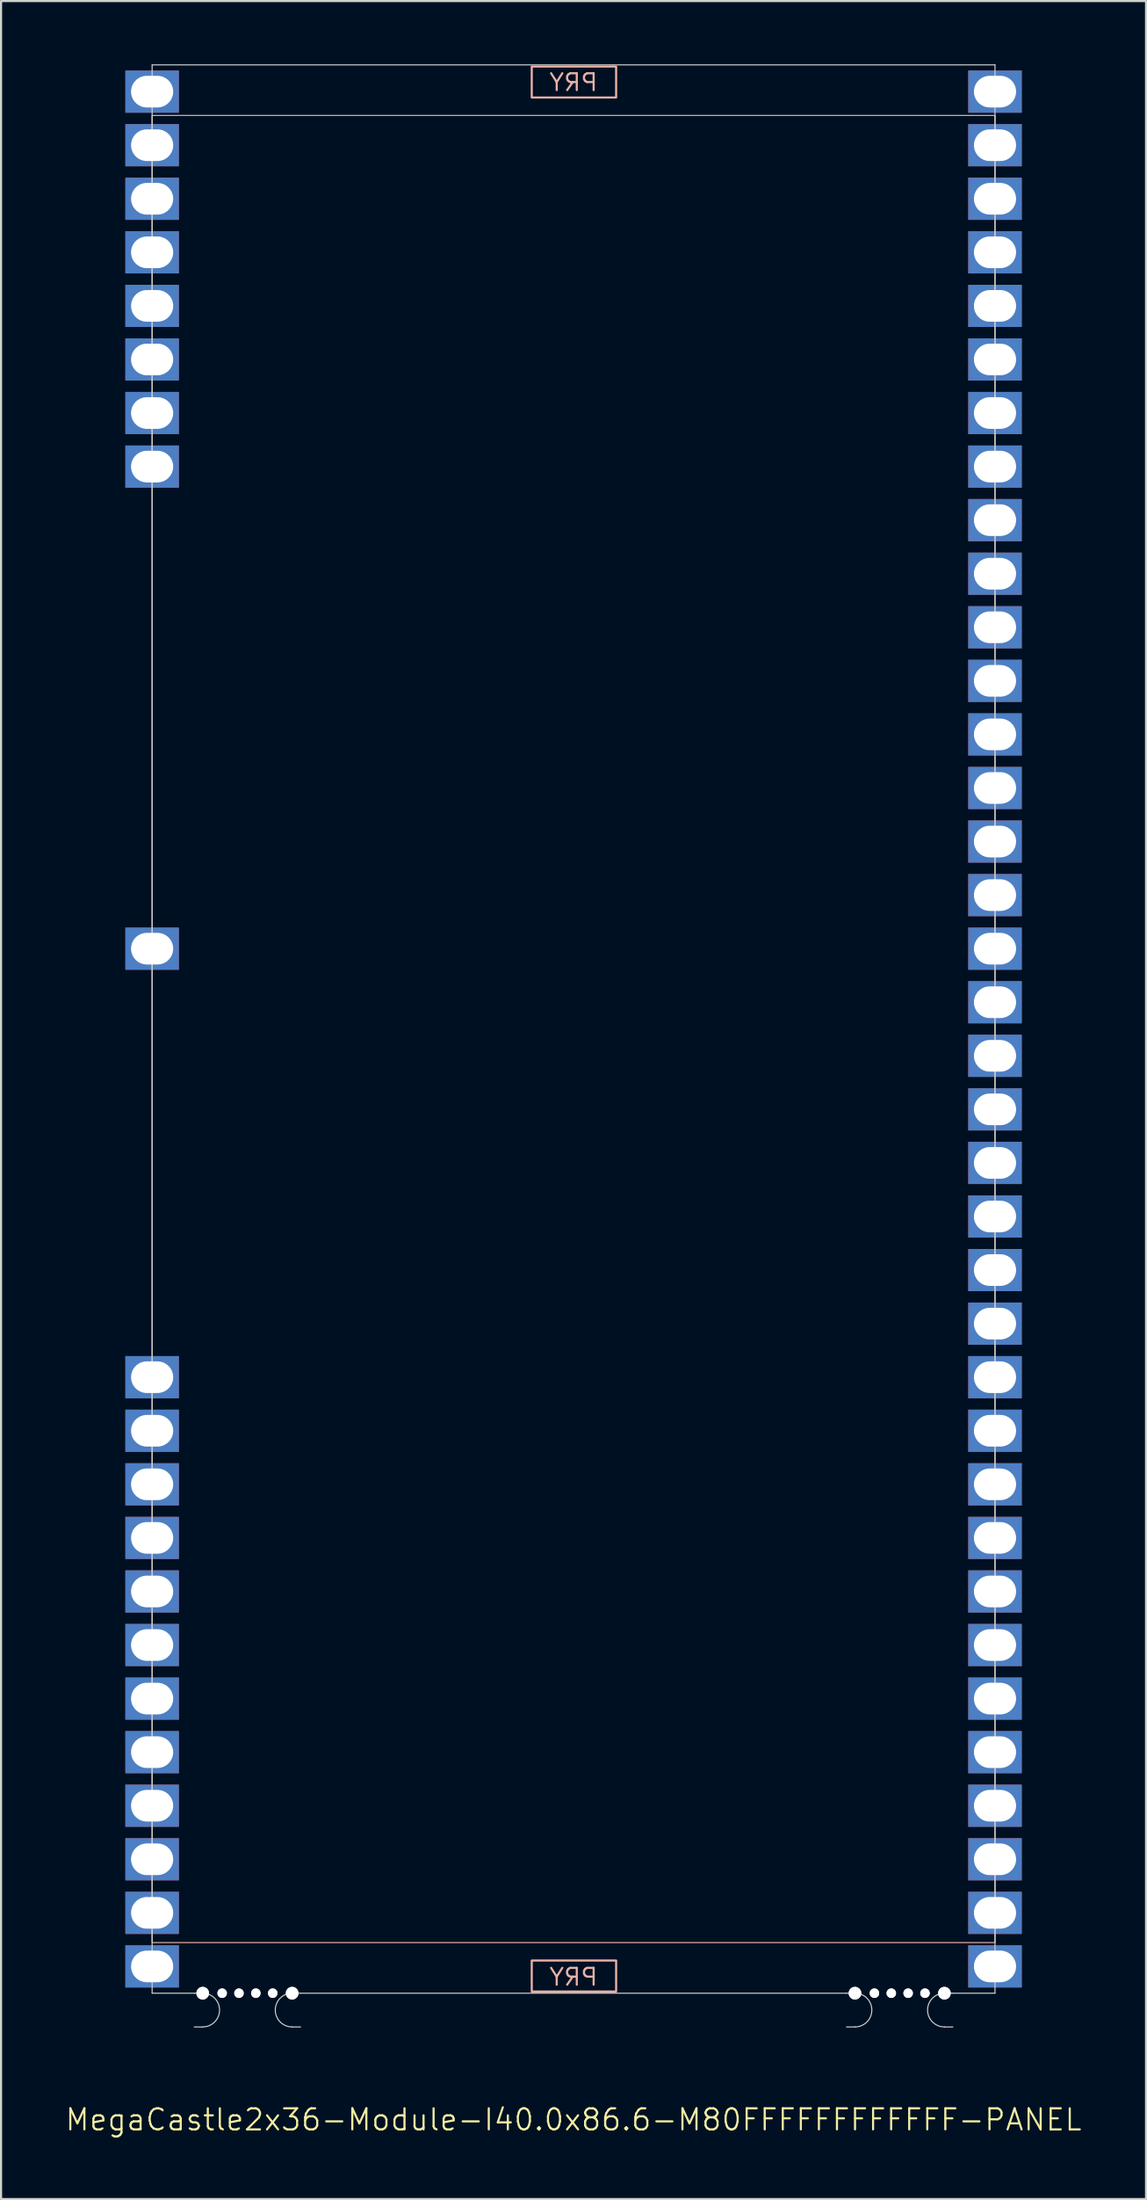
<source format=kicad_pcb>
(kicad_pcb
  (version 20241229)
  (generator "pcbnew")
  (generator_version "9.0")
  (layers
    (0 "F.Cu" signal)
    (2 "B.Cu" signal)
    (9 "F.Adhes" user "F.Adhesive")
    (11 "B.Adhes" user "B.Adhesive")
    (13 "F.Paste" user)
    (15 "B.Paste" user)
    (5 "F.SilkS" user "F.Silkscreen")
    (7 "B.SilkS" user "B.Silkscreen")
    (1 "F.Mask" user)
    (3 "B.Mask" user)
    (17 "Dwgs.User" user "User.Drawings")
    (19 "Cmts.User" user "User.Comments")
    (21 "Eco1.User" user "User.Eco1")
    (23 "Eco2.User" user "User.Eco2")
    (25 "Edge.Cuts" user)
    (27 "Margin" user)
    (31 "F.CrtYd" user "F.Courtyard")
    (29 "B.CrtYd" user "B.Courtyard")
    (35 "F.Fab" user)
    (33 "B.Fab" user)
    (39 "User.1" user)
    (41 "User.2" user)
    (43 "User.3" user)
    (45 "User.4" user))
  (footprint "MegaCastle2x36-Module-I40.0x86.6-M80FFFFFFFFFFFF-PANEL"
    (layer "F.Cu")
    (at 24.169 45.745)
    (property "Reference" "MegaCastle2x36-Module-I40.0x86.6-M80FFFFFFFFFFFF-PANEL" (at 0 51.72 0) (unlocked yes) (layer "F.SilkS") (effects (font (size 1 1) (thickness 0.1))))
    (attr smd)
    (fp_rect (start -20 43.32) (end 20 -43.32) (stroke (width 0.05) (type default)) (fill no) (layer "B.SilkS"))
    (fp_rect (start -1.984 -44.171) (end 2.02 -45.64) (stroke (width 0.1) (type default)) (fill no) (layer "B.SilkS"))
    (fp_rect (start -1.984 44.171) (end 2.02 45.64) (stroke (width 0.1) (type default)) (fill no) (layer "B.SilkS"))
    (fp_line (start -20 -45.72) (end -20 45.72) (stroke (width 0.05) (type default)) (layer "Edge.Cuts"))
    (fp_line (start -20 -45.72) (end 20 -45.72) (stroke (width 0.05) (type default)) (layer "Edge.Cuts"))
    (fp_line (start -20 45.72) (end -18 45.72) (stroke (width 0.05) (type default)) (layer "Edge.Cuts"))
    (fp_line (start -18 45.72) (end -17.6 45.72) (stroke (width 0.05) (type default)) (layer "Edge.Cuts"))
    (fp_line (start -18 47.32) (end -17.6 47.32) (stroke (width 0.05) (type default)) (layer "Edge.Cuts"))
    (fp_line (start -12.955 45.72) (end -13.355 45.72) (stroke (width 0.05) (type default)) (layer "Edge.Cuts"))
    (fp_line (start -12.955 45.72) (end 12.955 45.72) (stroke (width 0.05) (type default)) (layer "Edge.Cuts"))
    (fp_line (start -12.955 47.32) (end -13.355 47.32) (stroke (width 0.05) (type default)) (layer "Edge.Cuts"))
    (fp_line (start 12.955 45.72) (end 13.355 45.72) (stroke (width 0.05) (type default)) (layer "Edge.Cuts"))
    (fp_line (start 12.955 47.32) (end 13.355 47.32) (stroke (width 0.05) (type default)) (layer "Edge.Cuts"))
    (fp_line (start 18 45.72) (end 17.6 45.72) (stroke (width 0.05) (type default)) (layer "Edge.Cuts"))
    (fp_line (start 18 45.72) (end 20 45.72) (stroke (width 0.05) (type default)) (layer "Edge.Cuts"))
    (fp_line (start 18 47.32) (end 17.6 47.32) (stroke (width 0.05) (type default)) (layer "Edge.Cuts"))
    (fp_line (start 20 -45.72) (end 20 45.72) (stroke (width 0.05) (type default)) (layer "Edge.Cuts"))
    (fp_arc (start -17.6 45.720001) (mid -16.799999 46.52) (end -17.6 47.32) (stroke (width 0.05) (type default)) (layer "Edge.Cuts"))
    (fp_arc (start -13.355 47.32) (mid -14.154999 46.520001) (end -13.355 45.720001) (stroke (width 0.05) (type default)) (layer "Edge.Cuts"))
    (fp_arc (start 13.355001 45.720001) (mid 14.155002 46.52) (end 13.355001 47.32) (stroke (width 0.05) (type default)) (layer "Edge.Cuts"))
    (fp_arc (start 17.600002 47.32) (mid 16.8 46.52) (end 17.600002 45.720001) (stroke (width 0.05) (type default)) (layer "Edge.Cuts"))
    (fp_text user "PRY" (at 0 -44.42 0) (unlocked yes) (layer "B.SilkS") (effects (font (size 0.8 0.8) (thickness 0.1)) (justify bottom mirror)))
    (fp_text user "PRY" (at 0 45.42 0) (unlocked yes) (layer "B.SilkS") (effects (font (size 0.8 0.8) (thickness 0.1)) (justify bottom mirror)))
    (pad "" np_thru_hole circle (at -17.6 45.72) (size 0.6 0.6) (drill 0.6) (layers "*.Cu" "Edge.Cuts"))
    (pad "" np_thru_hole circle (at -16.677 45.72) (size 0.45 0.45) (drill 0.45) (layers "*.Cu" "Edge.Cuts"))
    (pad "" np_thru_hole circle (at -15.878 45.72) (size 0.45 0.45) (drill 0.45) (layers "*.Cu" "Edge.Cuts"))
    (pad "" np_thru_hole circle (at -15.078 45.72) (size 0.45 0.45) (drill 0.45) (layers "*.Cu" "Edge.Cuts"))
    (pad "" np_thru_hole circle (at -14.277 45.72) (size 0.45 0.45) (drill 0.45) (layers "*.Cu" "Edge.Cuts"))
    (pad "" np_thru_hole circle (at -13.355 45.72) (size 0.6 0.6) (drill 0.6) (layers "*.Cu" "Edge.Cuts"))
    (pad "" np_thru_hole circle (at 13.355 45.72) (size 0.6 0.6) (drill 0.6) (layers "*.Cu" "Edge.Cuts"))
    (pad "" np_thru_hole circle (at 14.278 45.72) (size 0.45 0.45) (drill 0.45) (layers "*.Cu" "Edge.Cuts"))
    (pad "" np_thru_hole circle (at 15.078 45.72) (size 0.45 0.45) (drill 0.45) (layers "*.Cu" "Edge.Cuts"))
    (pad "" np_thru_hole circle (at 15.878 45.72) (size 0.45 0.45) (drill 0.45) (layers "*.Cu" "Edge.Cuts"))
    (pad "" np_thru_hole circle (at 16.678 45.72) (size 0.45 0.45) (drill 0.45) (layers "*.Cu" "Edge.Cuts"))
    (pad "" np_thru_hole circle (at 17.6 45.72) (size 0.6 0.6) (drill 0.6) (layers "*.Cu" "Edge.Cuts"))
    (pad "1" thru_hole rect (at -20 -44.45) (size 2.54 2) (drill oval 2 1.5) (property pad_prop_castellated) (layers "*.Cu" "*.Mask"))
    (pad "2" thru_hole rect (at -20 -41.91) (size 2.54 2) (drill oval 2 1.5) (property pad_prop_castellated) (layers "*.Cu" "*.Mask"))
    (pad "3" thru_hole rect (at -20 -39.37) (size 2.54 2) (drill oval 2 1.5) (property pad_prop_castellated) (layers "*.Cu" "*.Mask"))
    (pad "4" thru_hole rect (at -20 -36.83) (size 2.54 2) (drill oval 2 1.5) (property pad_prop_castellated) (layers "*.Cu" "*.Mask"))
    (pad "5" thru_hole rect (at -20 -34.29) (size 2.54 2) (drill oval 2 1.5) (property pad_prop_castellated) (layers "*.Cu" "*.Mask"))
    (pad "6" thru_hole rect (at -20 -31.75) (size 2.54 2) (drill oval 2 1.5) (property pad_prop_castellated) (layers "*.Cu" "*.Mask"))
    (pad "7" thru_hole rect (at -20 -29.21) (size 2.54 2) (drill oval 2 1.5) (property pad_prop_castellated) (layers "*.Cu" "*.Mask"))
    (pad "8" thru_hole rect (at -20 -26.67) (size 2.54 2) (drill oval 2 1.5) (property pad_prop_castellated) (layers "*.Cu" "*.Mask"))
    (pad "17" thru_hole rect (at -20 -3.81) (size 2.54 2) (drill oval 2 1.5) (property pad_prop_castellated) (layers "*.Cu" "*.Mask"))
    (pad "25" thru_hole rect (at -20 16.51) (size 2.54 2) (drill oval 2 1.5) (property pad_prop_castellated) (layers "*.Cu" "*.Mask"))
    (pad "26" thru_hole rect (at -20 19.05) (size 2.54 2) (drill oval 2 1.5) (property pad_prop_castellated) (layers "*.Cu" "*.Mask"))
    (pad "27" thru_hole rect (at -20 21.59) (size 2.54 2) (drill oval 2 1.5) (property pad_prop_castellated) (layers "*.Cu" "*.Mask"))
    (pad "28" thru_hole rect (at -20 24.13) (size 2.54 2) (drill oval 2 1.5) (property pad_prop_castellated) (layers "*.Cu" "*.Mask"))
    (pad "29" thru_hole rect (at -20 26.67) (size 2.54 2) (drill oval 2 1.5) (property pad_prop_castellated) (layers "*.Cu" "*.Mask"))
    (pad "30" thru_hole rect (at -20 29.21) (size 2.54 2) (drill oval 2 1.5) (property pad_prop_castellated) (layers "*.Cu" "*.Mask"))
    (pad "31" thru_hole rect (at -20 31.75) (size 2.54 2) (drill oval 2 1.5) (property pad_prop_castellated) (layers "*.Cu" "*.Mask"))
    (pad "32" thru_hole rect (at -20 34.29) (size 2.54 2) (drill oval 2 1.5) (property pad_prop_castellated) (layers "*.Cu" "*.Mask"))
    (pad "33" thru_hole rect (at -20 36.83) (size 2.54 2) (drill oval 2 1.5) (property pad_prop_castellated) (layers "*.Cu" "*.Mask"))
    (pad "34" thru_hole rect (at -20 39.37) (size 2.54 2) (drill oval 2 1.5) (property pad_prop_castellated) (layers "*.Cu" "*.Mask"))
    (pad "35" thru_hole rect (at -20 41.91) (size 2.54 2) (drill oval 2 1.5) (property pad_prop_castellated) (layers "*.Cu" "*.Mask"))
    (pad "36" thru_hole rect (at -20 44.45) (size 2.54 2) (drill oval 2 1.5) (property pad_prop_castellated) (layers "*.Cu" "*.Mask"))
    (pad "37" thru_hole rect (at 20 -44.45) (size 2.54 2) (drill oval 2 1.5) (property pad_prop_castellated) (layers "*.Cu" "*.Mask"))
    (pad "38" thru_hole rect (at 20 -41.91) (size 2.54 2) (drill oval 2 1.5) (property pad_prop_castellated) (layers "*.Cu" "*.Mask"))
    (pad "39" thru_hole rect (at 20 -39.37) (size 2.54 2) (drill oval 2 1.5) (property pad_prop_castellated) (layers "*.Cu" "*.Mask"))
    (pad "40" thru_hole rect (at 20 -36.83) (size 2.54 2) (drill oval 2 1.5) (property pad_prop_castellated) (layers "*.Cu" "*.Mask"))
    (pad "41" thru_hole rect (at 20 -34.29) (size 2.54 2) (drill oval 2 1.5) (property pad_prop_castellated) (layers "*.Cu" "*.Mask"))
    (pad "42" thru_hole rect (at 20 -31.75) (size 2.54 2) (drill oval 2 1.5) (property pad_prop_castellated) (layers "*.Cu" "*.Mask"))
    (pad "43" thru_hole rect (at 20 -29.21) (size 2.54 2) (drill oval 2 1.5) (property pad_prop_castellated) (layers "*.Cu" "*.Mask"))
    (pad "44" thru_hole rect (at 20 -26.67) (size 2.54 2) (drill oval 2 1.5) (property pad_prop_castellated) (layers "*.Cu" "*.Mask"))
    (pad "45" thru_hole rect (at 20 -24.13) (size 2.54 2) (drill oval 2 1.5) (property pad_prop_castellated) (layers "*.Cu" "*.Mask"))
    (pad "46" thru_hole rect (at 20 -21.59) (size 2.54 2) (drill oval 2 1.5) (property pad_prop_castellated) (layers "*.Cu" "*.Mask"))
    (pad "47" thru_hole rect (at 20 -19.05) (size 2.54 2) (drill oval 2 1.5) (property pad_prop_castellated) (layers "*.Cu" "*.Mask"))
    (pad "48" thru_hole rect (at 20 -16.51) (size 2.54 2) (drill oval 2 1.5) (property pad_prop_castellated) (layers "*.Cu" "*.Mask"))
    (pad "49" thru_hole rect (at 20 -13.97) (size 2.54 2) (drill oval 2 1.5) (property pad_prop_castellated) (layers "*.Cu" "*.Mask"))
    (pad "50" thru_hole rect (at 20 -11.43) (size 2.54 2) (drill oval 2 1.5) (property pad_prop_castellated) (layers "*.Cu" "*.Mask"))
    (pad "51" thru_hole rect (at 20 -8.89) (size 2.54 2) (drill oval 2 1.5) (property pad_prop_castellated) (layers "*.Cu" "*.Mask"))
    (pad "52" thru_hole rect (at 20 -6.35) (size 2.54 2) (drill oval 2 1.5) (property pad_prop_castellated) (layers "*.Cu" "*.Mask"))
    (pad "53" thru_hole rect (at 20 -3.81) (size 2.54 2) (drill oval 2 1.5) (property pad_prop_castellated) (layers "*.Cu" "*.Mask"))
    (pad "54" thru_hole rect (at 20 -1.27) (size 2.54 2) (drill oval 2 1.5) (property pad_prop_castellated) (layers "*.Cu" "*.Mask"))
    (pad "55" thru_hole rect (at 20 1.27) (size 2.54 2) (drill oval 2 1.5) (property pad_prop_castellated) (layers "*.Cu" "*.Mask"))
    (pad "56" thru_hole rect (at 20 3.81) (size 2.54 2) (drill oval 2 1.5) (property pad_prop_castellated) (layers "*.Cu" "*.Mask"))
    (pad "57" thru_hole rect (at 20 6.35) (size 2.54 2) (drill oval 2 1.5) (property pad_prop_castellated) (layers "*.Cu" "*.Mask"))
    (pad "58" thru_hole rect (at 20 8.89) (size 2.54 2) (drill oval 2 1.5) (property pad_prop_castellated) (layers "*.Cu" "*.Mask"))
    (pad "59" thru_hole rect (at 20 11.43) (size 2.54 2) (drill oval 2 1.5) (property pad_prop_castellated) (layers "*.Cu" "*.Mask"))
    (pad "60" thru_hole rect (at 20 13.97) (size 2.54 2) (drill oval 2 1.5) (property pad_prop_castellated) (layers "*.Cu" "*.Mask"))
    (pad "61" thru_hole rect (at 20 16.51) (size 2.54 2) (drill oval 2 1.5) (property pad_prop_castellated) (layers "*.Cu" "*.Mask"))
    (pad "62" thru_hole rect (at 20 19.05) (size 2.54 2) (drill oval 2 1.5) (property pad_prop_castellated) (layers "*.Cu" "*.Mask"))
    (pad "63" thru_hole rect (at 20 21.59) (size 2.54 2) (drill oval 2 1.5) (property pad_prop_castellated) (layers "*.Cu" "*.Mask"))
    (pad "64" thru_hole rect (at 20 24.13) (size 2.54 2) (drill oval 2 1.5) (property pad_prop_castellated) (layers "*.Cu" "*.Mask"))
    (pad "65" thru_hole rect (at 20 26.67) (size 2.54 2) (drill oval 2 1.5) (property pad_prop_castellated) (layers "*.Cu" "*.Mask"))
    (pad "66" thru_hole rect (at 20 29.21) (size 2.54 2) (drill oval 2 1.5) (property pad_prop_castellated) (layers "*.Cu" "*.Mask"))
    (pad "67" thru_hole rect (at 20 31.75) (size 2.54 2) (drill oval 2 1.5) (property pad_prop_castellated) (layers "*.Cu" "*.Mask"))
    (pad "68" thru_hole rect (at 20 34.29) (size 2.54 2) (drill oval 2 1.5) (property pad_prop_castellated) (layers "*.Cu" "*.Mask"))
    (pad "69" thru_hole rect (at 20 36.83) (size 2.54 2) (drill oval 2 1.5) (property pad_prop_castellated) (layers "*.Cu" "*.Mask"))
    (pad "70" thru_hole rect (at 20 39.37) (size 2.54 2) (drill oval 2 1.5) (property pad_prop_castellated) (layers "*.Cu" "*.Mask"))
    (pad "71" thru_hole rect (at 20 41.91) (size 2.54 2) (drill oval 2 1.5) (property pad_prop_castellated) (layers "*.Cu" "*.Mask"))
    (pad "72" thru_hole rect (at 20 44.45) (size 2.54 2) (drill oval 2 1.5) (property pad_prop_castellated) (layers "*.Cu" "*.Mask"))
    (zone (net_name "") (layer "B.Cu") (hatch edge 0.5) (connect_pads) (min_thickness 0.25) (filled_areas_thickness no) (keepout (tracks allowed) (vias allowed) (pads allowed) (copperpour allowed) (footprints not_allowed)) (placement (enabled no)) (fill) (polygon (pts (xy 4.169 91.465) (xy 4.169 0.025))))
    (zone (net_name "") (layer "B.Cu") (hatch edge 0.5) (connect_pads) (min_thickness 0.25) (filled_areas_thickness no) (keepout (tracks allowed) (vias allowed) (pads allowed) (copperpour allowed) (footprints not_allowed)) (placement (enabled no)) (fill) (polygon (pts (xy 44.169 91.465) (xy 44.169 0.025))))
    (zone (net_name "") (layer "B.Cu") (hatch edge 0.5) (connect_pads) (min_thickness 0.25) (filled_areas_thickness no) (keepout (tracks allowed) (vias allowed) (pads allowed) (copperpour allowed) (footprints not_allowed)) (placement (enabled no)) (fill) (polygon (pts (xy 4.169 0.025) (xy 4.169 2.425) (xy 44.169 2.425) (xy 44.169 0.025))))
    (zone (net_name "") (layer "B.Cu") (hatch edge 0.5) (connect_pads) (min_thickness 0.25) (filled_areas_thickness no) (keepout (tracks allowed) (vias allowed) (pads allowed) (copperpour allowed) (footprints not_allowed)) (placement (enabled no)) (fill) (polygon (pts (xy 4.169 91.465) (xy 4.169 89.065) (xy 44.169 89.065) (xy 44.169 91.465))))
    (zone (net_name "") (layer "B.Cu") (name "Upper Pry Zone") (hatch edge 0.5) (connect_pads) (min_thickness 0.25) (filled_areas_thickness no) (keepout (tracks not_allowed) (vias not_allowed) (pads not_allowed) (copperpour allowed) (footprints not_allowed)) (placement (enabled no)) (fill) (polygon (pts (xy 22.185 1.574) (xy 22.185 0.105) (xy 26.189 0.105) (xy 26.189 1.574))))
    (zone (net_name "") (layer "B.Cu") (name "Upper Pry Zone") (hatch edge 0.5) (connect_pads) (min_thickness 0.25) (filled_areas_thickness no) (keepout (tracks not_allowed) (vias not_allowed) (pads not_allowed) (copperpour allowed) (footprints not_allowed)) (placement (enabled no)) (fill) (polygon (pts (xy 22.185 89.916) (xy 22.185 91.385) (xy 26.189 91.385) (xy 26.189 89.916)))))
  (gr_rect
    (start -3 -3)
    (end 51.338 101.226)
    (stroke (width 0.1) (type default))
    (fill no)
    (layer "Edge.Cuts")))
</source>
